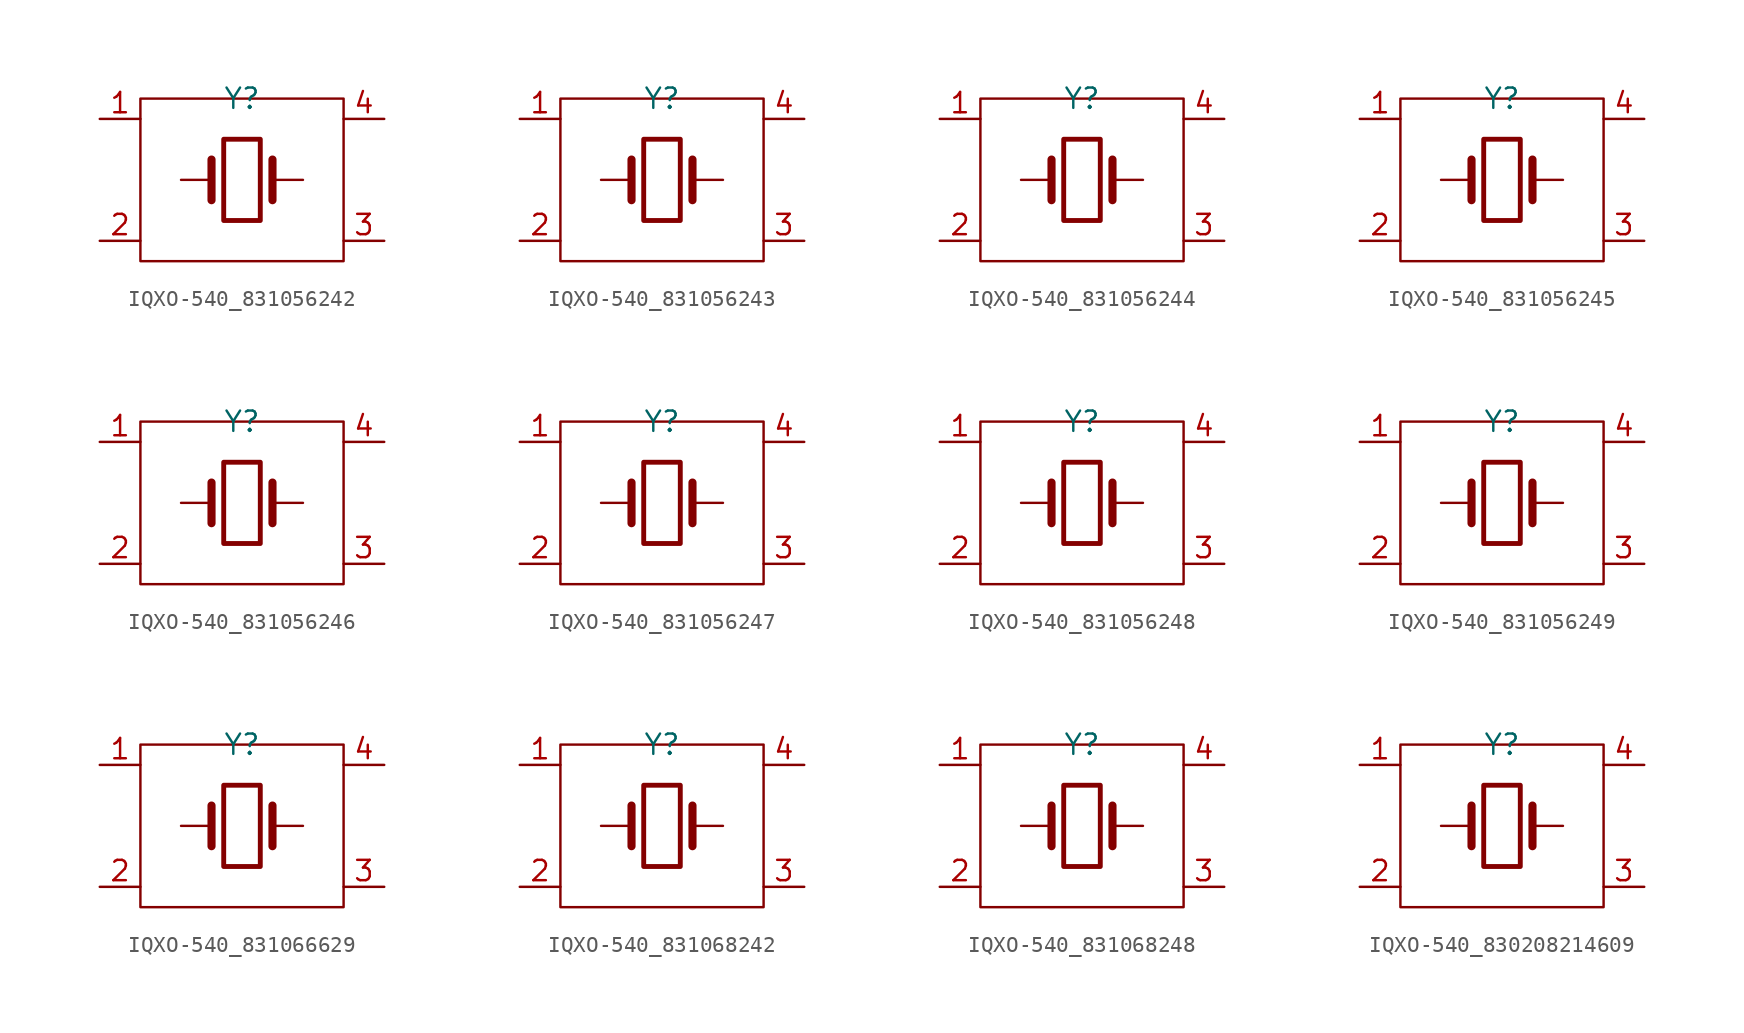
<source format=kicad_sym>
(kicad_symbol_lib
  (version 20220914)
  (generator kicad_symbol_editor)
  (symbol "IQXO-540_831056242"
    (pin_names hide)
    (property "Reference" "Y"
      (at 0 5.08 0)
      (effects (font (size 1.27 1.27))))
    (property "Critical Parameter" ""
      (at 0 -5.08 0)
      (effects (font (size 1.27 1.27)) (justify left)))
    (symbol "IQXO-540_831056242_0_1"
      (rectangle (start -6.35 5.08) (end 6.35 -5.08) (stroke (width 0) (type default)) (fill (type none)))
      (rectangle (start -1.143 2.54) (end 1.143 -2.54) (stroke (width 0.305) (type default)) (fill (type none)))
      (polyline (pts (xy -3.81 0) (xy -1.905 0)) (stroke (width 0) (type default)) (fill (type none)))
      (polyline (pts (xy -1.905 -1.27) (xy -1.905 1.27)) (stroke (width 0.508) (type default)) (fill (type none)))
      (polyline (pts (xy 1.905 -1.27) (xy 1.905 1.27)) (stroke (width 0.508) (type default)) (fill (type none)))
      (polyline (pts (xy 3.81 0) (xy 1.905 0)) (stroke (width 0) (type default)) (fill (type none))))
    (symbol "IQXO-540_831056242_1_1"
      (pin passive line (at -8.89 3.81 0) (length 2.54) (name "E/D" (effects (font (size 1.27 1.27)))) (number "1" (effects (font (size 1.27 1.27)))))
      (pin passive line (at -8.89 -3.81 0) (length 2.54) (name "GND" (effects (font (size 1.27 1.27)))) (number "2" (effects (font (size 1.27 1.27)))))
      (pin passive line (at 8.89 -3.81 180) (length 2.54) (name "OUT" (effects (font (size 1.27 1.27)))) (number "3" (effects (font (size 1.27 1.27)))))
      (pin passive line (at 8.89 3.81 180) (length 2.54) (name "+VS" (effects (font (size 1.27 1.27)))) (number "4" (effects (font (size 1.27 1.27)))))))
  (symbol "IQXO-540_831056243"
    (pin_names hide)
    (property "Reference" "Y"
      (at 0 5.08 0)
      (effects (font (size 1.27 1.27))))
    (property "Critical Parameter" ""
      (at 0 -5.08 0)
      (effects (font (size 1.27 1.27)) (justify left)))
    (symbol "IQXO-540_831056243_0_1"
      (rectangle (start -6.35 5.08) (end 6.35 -5.08) (stroke (width 0) (type default)) (fill (type none)))
      (rectangle (start -1.143 2.54) (end 1.143 -2.54) (stroke (width 0.305) (type default)) (fill (type none)))
      (polyline (pts (xy -3.81 0) (xy -1.905 0)) (stroke (width 0) (type default)) (fill (type none)))
      (polyline (pts (xy -1.905 -1.27) (xy -1.905 1.27)) (stroke (width 0.508) (type default)) (fill (type none)))
      (polyline (pts (xy 1.905 -1.27) (xy 1.905 1.27)) (stroke (width 0.508) (type default)) (fill (type none)))
      (polyline (pts (xy 3.81 0) (xy 1.905 0)) (stroke (width 0) (type default)) (fill (type none))))
    (symbol "IQXO-540_831056243_1_1"
      (pin passive line (at -8.89 3.81 0) (length 2.54) (name "E/D" (effects (font (size 1.27 1.27)))) (number "1" (effects (font (size 1.27 1.27)))))
      (pin passive line (at -8.89 -3.81 0) (length 2.54) (name "GND" (effects (font (size 1.27 1.27)))) (number "2" (effects (font (size 1.27 1.27)))))
      (pin passive line (at 8.89 -3.81 180) (length 2.54) (name "OUT" (effects (font (size 1.27 1.27)))) (number "3" (effects (font (size 1.27 1.27)))))
      (pin passive line (at 8.89 3.81 180) (length 2.54) (name "+VS" (effects (font (size 1.27 1.27)))) (number "4" (effects (font (size 1.27 1.27)))))))
  (symbol "IQXO-540_831056244"
    (pin_names hide)
    (property "Reference" "Y"
      (at 0 5.08 0)
      (effects (font (size 1.27 1.27))))
    (property "Critical Parameter" ""
      (at 0 -5.08 0)
      (effects (font (size 1.27 1.27)) (justify left)))
    (symbol "IQXO-540_831056244_0_1"
      (rectangle (start -6.35 5.08) (end 6.35 -5.08) (stroke (width 0) (type default)) (fill (type none)))
      (rectangle (start -1.143 2.54) (end 1.143 -2.54) (stroke (width 0.305) (type default)) (fill (type none)))
      (polyline (pts (xy -3.81 0) (xy -1.905 0)) (stroke (width 0) (type default)) (fill (type none)))
      (polyline (pts (xy -1.905 -1.27) (xy -1.905 1.27)) (stroke (width 0.508) (type default)) (fill (type none)))
      (polyline (pts (xy 1.905 -1.27) (xy 1.905 1.27)) (stroke (width 0.508) (type default)) (fill (type none)))
      (polyline (pts (xy 3.81 0) (xy 1.905 0)) (stroke (width 0) (type default)) (fill (type none))))
    (symbol "IQXO-540_831056244_1_1"
      (pin passive line (at -8.89 3.81 0) (length 2.54) (name "E/D" (effects (font (size 1.27 1.27)))) (number "1" (effects (font (size 1.27 1.27)))))
      (pin passive line (at -8.89 -3.81 0) (length 2.54) (name "GND" (effects (font (size 1.27 1.27)))) (number "2" (effects (font (size 1.27 1.27)))))
      (pin passive line (at 8.89 -3.81 180) (length 2.54) (name "OUT" (effects (font (size 1.27 1.27)))) (number "3" (effects (font (size 1.27 1.27)))))
      (pin passive line (at 8.89 3.81 180) (length 2.54) (name "+VS" (effects (font (size 1.27 1.27)))) (number "4" (effects (font (size 1.27 1.27)))))))
  (symbol "IQXO-540_831056245"
    (pin_names hide)
    (property "Reference" "Y"
      (at 0 5.08 0)
      (effects (font (size 1.27 1.27))))
    (property "Critical Parameter" ""
      (at 0 -5.08 0)
      (effects (font (size 1.27 1.27)) (justify left)))
    (symbol "IQXO-540_831056245_0_1"
      (rectangle (start -6.35 5.08) (end 6.35 -5.08) (stroke (width 0) (type default)) (fill (type none)))
      (rectangle (start -1.143 2.54) (end 1.143 -2.54) (stroke (width 0.305) (type default)) (fill (type none)))
      (polyline (pts (xy -3.81 0) (xy -1.905 0)) (stroke (width 0) (type default)) (fill (type none)))
      (polyline (pts (xy -1.905 -1.27) (xy -1.905 1.27)) (stroke (width 0.508) (type default)) (fill (type none)))
      (polyline (pts (xy 1.905 -1.27) (xy 1.905 1.27)) (stroke (width 0.508) (type default)) (fill (type none)))
      (polyline (pts (xy 3.81 0) (xy 1.905 0)) (stroke (width 0) (type default)) (fill (type none))))
    (symbol "IQXO-540_831056245_1_1"
      (pin passive line (at -8.89 3.81 0) (length 2.54) (name "E/D" (effects (font (size 1.27 1.27)))) (number "1" (effects (font (size 1.27 1.27)))))
      (pin passive line (at -8.89 -3.81 0) (length 2.54) (name "GND" (effects (font (size 1.27 1.27)))) (number "2" (effects (font (size 1.27 1.27)))))
      (pin passive line (at 8.89 -3.81 180) (length 2.54) (name "OUT" (effects (font (size 1.27 1.27)))) (number "3" (effects (font (size 1.27 1.27)))))
      (pin passive line (at 8.89 3.81 180) (length 2.54) (name "+VS" (effects (font (size 1.27 1.27)))) (number "4" (effects (font (size 1.27 1.27)))))))
  (symbol "IQXO-540_831056246"
    (pin_names hide)
    (property "Reference" "Y"
      (at 0 5.08 0)
      (effects (font (size 1.27 1.27))))
    (property "Critical Parameter" ""
      (at 0 -5.08 0)
      (effects (font (size 1.27 1.27)) (justify left)))
    (symbol "IQXO-540_831056246_0_1"
      (rectangle (start -6.35 5.08) (end 6.35 -5.08) (stroke (width 0) (type default)) (fill (type none)))
      (rectangle (start -1.143 2.54) (end 1.143 -2.54) (stroke (width 0.305) (type default)) (fill (type none)))
      (polyline (pts (xy -3.81 0) (xy -1.905 0)) (stroke (width 0) (type default)) (fill (type none)))
      (polyline (pts (xy -1.905 -1.27) (xy -1.905 1.27)) (stroke (width 0.508) (type default)) (fill (type none)))
      (polyline (pts (xy 1.905 -1.27) (xy 1.905 1.27)) (stroke (width 0.508) (type default)) (fill (type none)))
      (polyline (pts (xy 3.81 0) (xy 1.905 0)) (stroke (width 0) (type default)) (fill (type none))))
    (symbol "IQXO-540_831056246_1_1"
      (pin passive line (at -8.89 3.81 0) (length 2.54) (name "E/D" (effects (font (size 1.27 1.27)))) (number "1" (effects (font (size 1.27 1.27)))))
      (pin passive line (at -8.89 -3.81 0) (length 2.54) (name "GND" (effects (font (size 1.27 1.27)))) (number "2" (effects (font (size 1.27 1.27)))))
      (pin passive line (at 8.89 -3.81 180) (length 2.54) (name "OUT" (effects (font (size 1.27 1.27)))) (number "3" (effects (font (size 1.27 1.27)))))
      (pin passive line (at 8.89 3.81 180) (length 2.54) (name "+VS" (effects (font (size 1.27 1.27)))) (number "4" (effects (font (size 1.27 1.27)))))))
  (symbol "IQXO-540_831056247"
    (pin_names hide)
    (property "Reference" "Y"
      (at 0 5.08 0)
      (effects (font (size 1.27 1.27))))
    (property "Critical Parameter" ""
      (at 0 -5.08 0)
      (effects (font (size 1.27 1.27)) (justify left)))
    (symbol "IQXO-540_831056247_0_1"
      (rectangle (start -6.35 5.08) (end 6.35 -5.08) (stroke (width 0) (type default)) (fill (type none)))
      (rectangle (start -1.143 2.54) (end 1.143 -2.54) (stroke (width 0.305) (type default)) (fill (type none)))
      (polyline (pts (xy -3.81 0) (xy -1.905 0)) (stroke (width 0) (type default)) (fill (type none)))
      (polyline (pts (xy -1.905 -1.27) (xy -1.905 1.27)) (stroke (width 0.508) (type default)) (fill (type none)))
      (polyline (pts (xy 1.905 -1.27) (xy 1.905 1.27)) (stroke (width 0.508) (type default)) (fill (type none)))
      (polyline (pts (xy 3.81 0) (xy 1.905 0)) (stroke (width 0) (type default)) (fill (type none))))
    (symbol "IQXO-540_831056247_1_1"
      (pin passive line (at -8.89 3.81 0) (length 2.54) (name "E/D" (effects (font (size 1.27 1.27)))) (number "1" (effects (font (size 1.27 1.27)))))
      (pin passive line (at -8.89 -3.81 0) (length 2.54) (name "GND" (effects (font (size 1.27 1.27)))) (number "2" (effects (font (size 1.27 1.27)))))
      (pin passive line (at 8.89 -3.81 180) (length 2.54) (name "OUT" (effects (font (size 1.27 1.27)))) (number "3" (effects (font (size 1.27 1.27)))))
      (pin passive line (at 8.89 3.81 180) (length 2.54) (name "+VS" (effects (font (size 1.27 1.27)))) (number "4" (effects (font (size 1.27 1.27)))))))
  (symbol "IQXO-540_831056248"
    (pin_names hide)
    (property "Reference" "Y"
      (at 0 5.08 0)
      (effects (font (size 1.27 1.27))))
    (property "Critical Parameter" ""
      (at 0 -5.08 0)
      (effects (font (size 1.27 1.27)) (justify left)))
    (symbol "IQXO-540_831056248_0_1"
      (rectangle (start -6.35 5.08) (end 6.35 -5.08) (stroke (width 0) (type default)) (fill (type none)))
      (rectangle (start -1.143 2.54) (end 1.143 -2.54) (stroke (width 0.305) (type default)) (fill (type none)))
      (polyline (pts (xy -3.81 0) (xy -1.905 0)) (stroke (width 0) (type default)) (fill (type none)))
      (polyline (pts (xy -1.905 -1.27) (xy -1.905 1.27)) (stroke (width 0.508) (type default)) (fill (type none)))
      (polyline (pts (xy 1.905 -1.27) (xy 1.905 1.27)) (stroke (width 0.508) (type default)) (fill (type none)))
      (polyline (pts (xy 3.81 0) (xy 1.905 0)) (stroke (width 0) (type default)) (fill (type none))))
    (symbol "IQXO-540_831056248_1_1"
      (pin passive line (at -8.89 3.81 0) (length 2.54) (name "E/D" (effects (font (size 1.27 1.27)))) (number "1" (effects (font (size 1.27 1.27)))))
      (pin passive line (at -8.89 -3.81 0) (length 2.54) (name "GND" (effects (font (size 1.27 1.27)))) (number "2" (effects (font (size 1.27 1.27)))))
      (pin passive line (at 8.89 -3.81 180) (length 2.54) (name "OUT" (effects (font (size 1.27 1.27)))) (number "3" (effects (font (size 1.27 1.27)))))
      (pin passive line (at 8.89 3.81 180) (length 2.54) (name "+VS" (effects (font (size 1.27 1.27)))) (number "4" (effects (font (size 1.27 1.27)))))))
  (symbol "IQXO-540_831056249"
    (pin_names hide)
    (property "Reference" "Y"
      (at 0 5.08 0)
      (effects (font (size 1.27 1.27))))
    (property "Critical Parameter" ""
      (at 0 -5.08 0)
      (effects (font (size 1.27 1.27)) (justify left)))
    (symbol "IQXO-540_831056249_0_1"
      (rectangle (start -6.35 5.08) (end 6.35 -5.08) (stroke (width 0) (type default)) (fill (type none)))
      (rectangle (start -1.143 2.54) (end 1.143 -2.54) (stroke (width 0.305) (type default)) (fill (type none)))
      (polyline (pts (xy -3.81 0) (xy -1.905 0)) (stroke (width 0) (type default)) (fill (type none)))
      (polyline (pts (xy -1.905 -1.27) (xy -1.905 1.27)) (stroke (width 0.508) (type default)) (fill (type none)))
      (polyline (pts (xy 1.905 -1.27) (xy 1.905 1.27)) (stroke (width 0.508) (type default)) (fill (type none)))
      (polyline (pts (xy 3.81 0) (xy 1.905 0)) (stroke (width 0) (type default)) (fill (type none))))
    (symbol "IQXO-540_831056249_1_1"
      (pin passive line (at -8.89 3.81 0) (length 2.54) (name "E/D" (effects (font (size 1.27 1.27)))) (number "1" (effects (font (size 1.27 1.27)))))
      (pin passive line (at -8.89 -3.81 0) (length 2.54) (name "GND" (effects (font (size 1.27 1.27)))) (number "2" (effects (font (size 1.27 1.27)))))
      (pin passive line (at 8.89 -3.81 180) (length 2.54) (name "OUT" (effects (font (size 1.27 1.27)))) (number "3" (effects (font (size 1.27 1.27)))))
      (pin passive line (at 8.89 3.81 180) (length 2.54) (name "+VS" (effects (font (size 1.27 1.27)))) (number "4" (effects (font (size 1.27 1.27)))))))
  (symbol "IQXO-540_831066629"
    (pin_names hide)
    (property "Reference" "Y"
      (at 0 5.08 0)
      (effects (font (size 1.27 1.27))))
    (property "Critical Parameter" ""
      (at 0 -5.08 0)
      (effects (font (size 1.27 1.27)) (justify left)))
    (symbol "IQXO-540_831066629_0_1"
      (rectangle (start -6.35 5.08) (end 6.35 -5.08) (stroke (width 0) (type default)) (fill (type none)))
      (rectangle (start -1.143 2.54) (end 1.143 -2.54) (stroke (width 0.305) (type default)) (fill (type none)))
      (polyline (pts (xy -3.81 0) (xy -1.905 0)) (stroke (width 0) (type default)) (fill (type none)))
      (polyline (pts (xy -1.905 -1.27) (xy -1.905 1.27)) (stroke (width 0.508) (type default)) (fill (type none)))
      (polyline (pts (xy 1.905 -1.27) (xy 1.905 1.27)) (stroke (width 0.508) (type default)) (fill (type none)))
      (polyline (pts (xy 3.81 0) (xy 1.905 0)) (stroke (width 0) (type default)) (fill (type none))))
    (symbol "IQXO-540_831066629_1_1"
      (pin passive line (at -8.89 3.81 0) (length 2.54) (name "E/D" (effects (font (size 1.27 1.27)))) (number "1" (effects (font (size 1.27 1.27)))))
      (pin passive line (at -8.89 -3.81 0) (length 2.54) (name "GND" (effects (font (size 1.27 1.27)))) (number "2" (effects (font (size 1.27 1.27)))))
      (pin passive line (at 8.89 -3.81 180) (length 2.54) (name "OUT" (effects (font (size 1.27 1.27)))) (number "3" (effects (font (size 1.27 1.27)))))
      (pin passive line (at 8.89 3.81 180) (length 2.54) (name "+VS" (effects (font (size 1.27 1.27)))) (number "4" (effects (font (size 1.27 1.27)))))))
  (symbol "IQXO-540_831068242"
    (pin_names hide)
    (property "Reference" "Y"
      (at 0 5.08 0)
      (effects (font (size 1.27 1.27))))
    (property "Critical Parameter" ""
      (at 0 -5.08 0)
      (effects (font (size 1.27 1.27)) (justify left)))
    (symbol "IQXO-540_831068242_0_1"
      (rectangle (start -6.35 5.08) (end 6.35 -5.08) (stroke (width 0) (type default)) (fill (type none)))
      (rectangle (start -1.143 2.54) (end 1.143 -2.54) (stroke (width 0.305) (type default)) (fill (type none)))
      (polyline (pts (xy -3.81 0) (xy -1.905 0)) (stroke (width 0) (type default)) (fill (type none)))
      (polyline (pts (xy -1.905 -1.27) (xy -1.905 1.27)) (stroke (width 0.508) (type default)) (fill (type none)))
      (polyline (pts (xy 1.905 -1.27) (xy 1.905 1.27)) (stroke (width 0.508) (type default)) (fill (type none)))
      (polyline (pts (xy 3.81 0) (xy 1.905 0)) (stroke (width 0) (type default)) (fill (type none))))
    (symbol "IQXO-540_831068242_1_1"
      (pin passive line (at -8.89 3.81 0) (length 2.54) (name "E/D" (effects (font (size 1.27 1.27)))) (number "1" (effects (font (size 1.27 1.27)))))
      (pin passive line (at -8.89 -3.81 0) (length 2.54) (name "GND" (effects (font (size 1.27 1.27)))) (number "2" (effects (font (size 1.27 1.27)))))
      (pin passive line (at 8.89 -3.81 180) (length 2.54) (name "OUT" (effects (font (size 1.27 1.27)))) (number "3" (effects (font (size 1.27 1.27)))))
      (pin passive line (at 8.89 3.81 180) (length 2.54) (name "+VS" (effects (font (size 1.27 1.27)))) (number "4" (effects (font (size 1.27 1.27)))))))
  (symbol "IQXO-540_831068248"
    (pin_names hide)
    (property "Reference" "Y"
      (at 0 5.08 0)
      (effects (font (size 1.27 1.27))))
    (property "Critical Parameter" ""
      (at 0 -5.08 0)
      (effects (font (size 1.27 1.27)) (justify left)))
    (symbol "IQXO-540_831068248_0_1"
      (rectangle (start -6.35 5.08) (end 6.35 -5.08) (stroke (width 0) (type default)) (fill (type none)))
      (rectangle (start -1.143 2.54) (end 1.143 -2.54) (stroke (width 0.305) (type default)) (fill (type none)))
      (polyline (pts (xy -3.81 0) (xy -1.905 0)) (stroke (width 0) (type default)) (fill (type none)))
      (polyline (pts (xy -1.905 -1.27) (xy -1.905 1.27)) (stroke (width 0.508) (type default)) (fill (type none)))
      (polyline (pts (xy 1.905 -1.27) (xy 1.905 1.27)) (stroke (width 0.508) (type default)) (fill (type none)))
      (polyline (pts (xy 3.81 0) (xy 1.905 0)) (stroke (width 0) (type default)) (fill (type none))))
    (symbol "IQXO-540_831068248_1_1"
      (pin passive line (at -8.89 3.81 0) (length 2.54) (name "E/D" (effects (font (size 1.27 1.27)))) (number "1" (effects (font (size 1.27 1.27)))))
      (pin passive line (at -8.89 -3.81 0) (length 2.54) (name "GND" (effects (font (size 1.27 1.27)))) (number "2" (effects (font (size 1.27 1.27)))))
      (pin passive line (at 8.89 -3.81 180) (length 2.54) (name "OUT" (effects (font (size 1.27 1.27)))) (number "3" (effects (font (size 1.27 1.27)))))
      (pin passive line (at 8.89 3.81 180) (length 2.54) (name "+VS" (effects (font (size 1.27 1.27)))) (number "4" (effects (font (size 1.27 1.27)))))))
  (symbol "IQXO-540_830208214609"
    (pin_names hide)
    (property "Reference" "Y"
      (at 0 5.08 0)
      (effects (font (size 1.27 1.27))))
    (property "Critical Parameter" ""
      (at 0 -5.08 0)
      (effects (font (size 1.27 1.27)) (justify left)))
    (symbol "IQXO-540_830208214609_0_1"
      (rectangle (start -6.35 5.08) (end 6.35 -5.08) (stroke (width 0) (type default)) (fill (type none)))
      (rectangle (start -1.143 2.54) (end 1.143 -2.54) (stroke (width 0.305) (type default)) (fill (type none)))
      (polyline (pts (xy -3.81 0) (xy -1.905 0)) (stroke (width 0) (type default)) (fill (type none)))
      (polyline (pts (xy -1.905 -1.27) (xy -1.905 1.27)) (stroke (width 0.508) (type default)) (fill (type none)))
      (polyline (pts (xy 1.905 -1.27) (xy 1.905 1.27)) (stroke (width 0.508) (type default)) (fill (type none)))
      (polyline (pts (xy 3.81 0) (xy 1.905 0)) (stroke (width 0) (type default)) (fill (type none))))
    (symbol "IQXO-540_830208214609_1_1"
      (pin passive line (at -8.89 3.81 0) (length 2.54) (name "E/D" (effects (font (size 1.27 1.27)))) (number "1" (effects (font (size 1.27 1.27)))))
      (pin passive line (at -8.89 -3.81 0) (length 2.54) (name "GND" (effects (font (size 1.27 1.27)))) (number "2" (effects (font (size 1.27 1.27)))))
      (pin passive line (at 8.89 -3.81 180) (length 2.54) (name "OUT" (effects (font (size 1.27 1.27)))) (number "3" (effects (font (size 1.27 1.27)))))
      (pin passive line (at 8.89 3.81 180) (length 2.54) (name "+VS" (effects (font (size 1.27 1.27)))) (number "4" (effects (font (size 1.27 1.27))))))))
</source>
